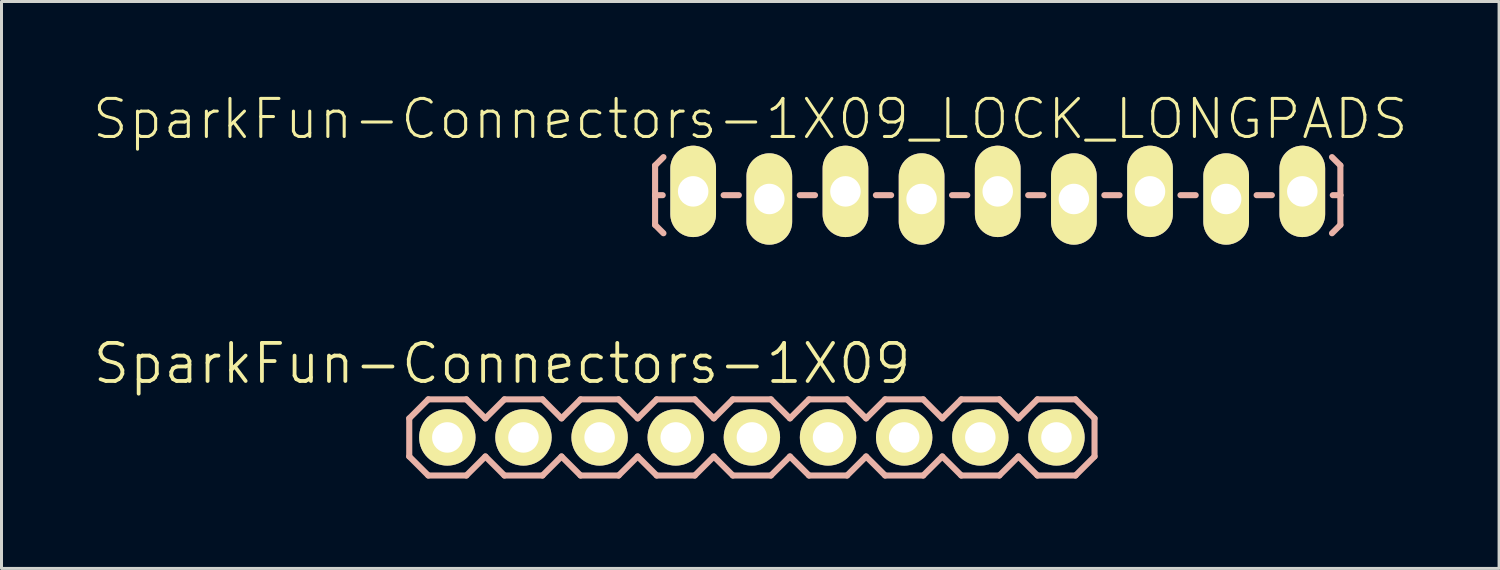
<source format=kicad_pcb>
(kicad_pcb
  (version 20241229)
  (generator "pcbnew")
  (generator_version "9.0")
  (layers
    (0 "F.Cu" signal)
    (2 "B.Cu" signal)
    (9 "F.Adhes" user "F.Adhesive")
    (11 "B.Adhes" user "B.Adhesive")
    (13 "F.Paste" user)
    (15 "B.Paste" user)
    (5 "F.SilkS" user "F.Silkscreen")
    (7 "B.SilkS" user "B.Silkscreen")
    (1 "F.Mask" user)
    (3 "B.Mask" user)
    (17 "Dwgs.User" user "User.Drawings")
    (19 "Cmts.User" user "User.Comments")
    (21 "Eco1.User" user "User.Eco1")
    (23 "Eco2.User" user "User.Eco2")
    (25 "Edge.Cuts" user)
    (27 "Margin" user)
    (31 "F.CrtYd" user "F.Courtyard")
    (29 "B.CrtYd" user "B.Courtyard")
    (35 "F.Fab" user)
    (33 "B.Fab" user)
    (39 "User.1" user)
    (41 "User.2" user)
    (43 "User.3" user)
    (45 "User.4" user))
  (footprint "SparkFun-Connectors-1X09_LOCK_LONGPADS"
    (layer "F.Cu")
    (at 20.073 3.461)
    (property "Reference" "SparkFun-Connectors-1X09_LOCK_LONGPADS" (at 1.905 -2.54 0) (layer "F.SilkS") (effects (font (size 1.27 1.27) (thickness 0.102))))
    (attr exclude_from_pos_files exclude_from_bom)
    (fp_line (start -0.292 -0.292) (end 0.292 -0.292) (stroke (width 0.066) (type solid)) (layer "F.SilkS"))
    (fp_line (start -0.292 0.292) (end -0.292 -0.292) (stroke (width 0.066) (type solid)) (layer "F.SilkS"))
    (fp_line (start -0.292 0.292) (end 0.292 0.292) (stroke (width 0.066) (type solid)) (layer "F.SilkS"))
    (fp_line (start 0.292 0.292) (end 0.292 -0.292) (stroke (width 0.066) (type solid)) (layer "F.SilkS"))
    (fp_line (start 2.248 -0.292) (end 2.832 -0.292) (stroke (width 0.066) (type solid)) (layer "F.SilkS"))
    (fp_line (start 2.248 0.292) (end 2.248 -0.292) (stroke (width 0.066) (type solid)) (layer "F.SilkS"))
    (fp_line (start 2.248 0.292) (end 2.832 0.292) (stroke (width 0.066) (type solid)) (layer "F.SilkS"))
    (fp_line (start 2.832 0.292) (end 2.832 -0.292) (stroke (width 0.066) (type solid)) (layer "F.SilkS"))
    (fp_line (start 4.788 -0.292) (end 5.372 -0.292) (stroke (width 0.066) (type solid)) (layer "F.SilkS"))
    (fp_line (start 4.788 0.292) (end 4.788 -0.292) (stroke (width 0.066) (type solid)) (layer "F.SilkS"))
    (fp_line (start 4.788 0.292) (end 5.372 0.292) (stroke (width 0.066) (type solid)) (layer "F.SilkS"))
    (fp_line (start 5.372 0.292) (end 5.372 -0.292) (stroke (width 0.066) (type solid)) (layer "F.SilkS"))
    (fp_line (start 7.328 -0.292) (end 7.912 -0.292) (stroke (width 0.066) (type solid)) (layer "F.SilkS"))
    (fp_line (start 7.328 0.292) (end 7.328 -0.292) (stroke (width 0.066) (type solid)) (layer "F.SilkS"))
    (fp_line (start 7.328 0.292) (end 7.912 0.292) (stroke (width 0.066) (type solid)) (layer "F.SilkS"))
    (fp_line (start 7.912 0.292) (end 7.912 -0.292) (stroke (width 0.066) (type solid)) (layer "F.SilkS"))
    (fp_line (start 9.868 -0.292) (end 10.452 -0.292) (stroke (width 0.066) (type solid)) (layer "F.SilkS"))
    (fp_line (start 9.868 0.292) (end 9.868 -0.292) (stroke (width 0.066) (type solid)) (layer "F.SilkS"))
    (fp_line (start 9.868 0.292) (end 10.452 0.292) (stroke (width 0.066) (type solid)) (layer "F.SilkS"))
    (fp_line (start 10.452 0.292) (end 10.452 -0.292) (stroke (width 0.066) (type solid)) (layer "F.SilkS"))
    (fp_line (start 12.408 -0.292) (end 12.992 -0.292) (stroke (width 0.066) (type solid)) (layer "F.SilkS"))
    (fp_line (start 12.408 0.292) (end 12.408 -0.292) (stroke (width 0.066) (type solid)) (layer "F.SilkS"))
    (fp_line (start 12.408 0.292) (end 12.992 0.292) (stroke (width 0.066) (type solid)) (layer "F.SilkS"))
    (fp_line (start 12.992 0.292) (end 12.992 -0.292) (stroke (width 0.066) (type solid)) (layer "F.SilkS"))
    (fp_line (start 14.948 -0.292) (end 15.532 -0.292) (stroke (width 0.066) (type solid)) (layer "F.SilkS"))
    (fp_line (start 14.948 0.292) (end 14.948 -0.292) (stroke (width 0.066) (type solid)) (layer "F.SilkS"))
    (fp_line (start 14.948 0.292) (end 15.532 0.292) (stroke (width 0.066) (type solid)) (layer "F.SilkS"))
    (fp_line (start 15.532 0.292) (end 15.532 -0.292) (stroke (width 0.066) (type solid)) (layer "F.SilkS"))
    (fp_line (start 17.488 -0.292) (end 18.072 -0.292) (stroke (width 0.066) (type solid)) (layer "F.SilkS"))
    (fp_line (start 17.488 0.292) (end 17.488 -0.292) (stroke (width 0.066) (type solid)) (layer "F.SilkS"))
    (fp_line (start 17.488 0.292) (end 18.072 0.292) (stroke (width 0.066) (type solid)) (layer "F.SilkS"))
    (fp_line (start 18.072 0.292) (end 18.072 -0.292) (stroke (width 0.066) (type solid)) (layer "F.SilkS"))
    (fp_line (start 20.028 -0.292) (end 20.612 -0.292) (stroke (width 0.066) (type solid)) (layer "F.SilkS"))
    (fp_line (start 20.028 0.292) (end 20.028 -0.292) (stroke (width 0.066) (type solid)) (layer "F.SilkS"))
    (fp_line (start 20.028 0.292) (end 20.612 0.292) (stroke (width 0.066) (type solid)) (layer "F.SilkS"))
    (fp_line (start 20.612 0.292) (end 20.612 -0.292) (stroke (width 0.066) (type solid)) (layer "F.SilkS"))
    (fp_line (start -1.27 -0.991) (end -0.991 -1.27) (stroke (width 0.203) (type solid)) (layer "B.SilkS"))
    (fp_line (start -1.27 0) (end -1.27 -0.991) (stroke (width 0.203) (type solid)) (layer "B.SilkS"))
    (fp_line (start -1.27 0) (end -1.27 0.991) (stroke (width 0.203) (type solid)) (layer "B.SilkS"))
    (fp_line (start -1.27 0) (end -1.016 0) (stroke (width 0.203) (type solid)) (layer "B.SilkS"))
    (fp_line (start -1.27 0.991) (end -0.991 1.27) (stroke (width 0.203) (type solid)) (layer "B.SilkS"))
    (fp_line (start 1.524 0) (end 1.016 0) (stroke (width 0.203) (type solid)) (layer "B.SilkS"))
    (fp_line (start 4.064 0) (end 3.556 0) (stroke (width 0.203) (type solid)) (layer "B.SilkS"))
    (fp_line (start 6.604 0) (end 6.096 0) (stroke (width 0.203) (type solid)) (layer "B.SilkS"))
    (fp_line (start 9.144 0) (end 8.636 0) (stroke (width 0.203) (type solid)) (layer "B.SilkS"))
    (fp_line (start 11.684 0) (end 11.176 0) (stroke (width 0.203) (type solid)) (layer "B.SilkS"))
    (fp_line (start 14.224 0) (end 13.716 0) (stroke (width 0.203) (type solid)) (layer "B.SilkS"))
    (fp_line (start 16.764 0) (end 16.256 0) (stroke (width 0.203) (type solid)) (layer "B.SilkS"))
    (fp_line (start 19.304 0) (end 18.796 0) (stroke (width 0.203) (type solid)) (layer "B.SilkS"))
    (fp_line (start 21.59 -0.991) (end 21.311 -1.27) (stroke (width 0.203) (type solid)) (layer "B.SilkS"))
    (fp_line (start 21.59 0) (end 21.336 0) (stroke (width 0.203) (type solid)) (layer "B.SilkS"))
    (fp_line (start 21.59 0) (end 21.59 -0.991) (stroke (width 0.203) (type solid)) (layer "B.SilkS"))
    (fp_line (start 21.59 0) (end 21.59 0.991) (stroke (width 0.203) (type solid)) (layer "B.SilkS"))
    (fp_line (start 21.59 0.991) (end 21.311 1.27) (stroke (width 0.203) (type solid)) (layer "B.SilkS"))
    (pad "1" thru_hole oval (at 0 -0.127 180) (size 1.524 3.048) (drill 1.016) (layers "*.Cu" "F.Mask" "F.SilkS" "F.Paste"))
    (pad "2" thru_hole oval (at 2.54 0.127 180) (size 1.524 3.048) (drill 1.016) (layers "*.Cu" "F.Mask" "F.SilkS" "F.Paste"))
    (pad "3" thru_hole oval (at 5.08 -0.127 180) (size 1.524 3.048) (drill 1.016) (layers "*.Cu" "F.Mask" "F.SilkS" "F.Paste"))
    (pad "4" thru_hole oval (at 7.62 0.127 180) (size 1.524 3.048) (drill 1.016) (layers "*.Cu" "F.Mask" "F.SilkS" "F.Paste"))
    (pad "5" thru_hole oval (at 10.16 -0.127 180) (size 1.524 3.048) (drill 1.016) (layers "*.Cu" "F.Mask" "F.SilkS" "F.Paste"))
    (pad "6" thru_hole oval (at 12.7 0.127 180) (size 1.524 3.048) (drill 1.016) (layers "*.Cu" "F.Mask" "F.SilkS" "F.Paste"))
    (pad "7" thru_hole oval (at 15.24 -0.127 180) (size 1.524 3.048) (drill 1.016) (layers "*.Cu" "F.Mask" "F.SilkS" "F.Paste"))
    (pad "8" thru_hole oval (at 17.78 0.127 180) (size 1.524 3.048) (drill 1.016) (layers "*.Cu" "F.Mask" "F.SilkS" "F.Paste"))
    (pad "9" thru_hole oval (at 20.32 -0.127 180) (size 1.524 3.048) (drill 1.016) (layers "*.Cu" "F.Mask" "F.SilkS" "F.Paste")))
  (footprint "SparkFun-Connectors-1X09"
    (layer "F.Cu")
    (at 11.872 11.542)
    (property "Reference" "SparkFun-Connectors-1X09" (at 1.829 -2.464 0) (layer "F.SilkS") (effects (font (size 1.27 1.27) (thickness 0.127))))
    (attr exclude_from_pos_files exclude_from_bom)
    (fp_line (start -0.254 -0.254) (end 0.254 -0.254) (stroke (width 0.066) (type solid)) (layer "F.SilkS"))
    (fp_line (start -0.254 0.254) (end -0.254 -0.254) (stroke (width 0.066) (type solid)) (layer "F.SilkS"))
    (fp_line (start -0.254 0.254) (end 0.254 0.254) (stroke (width 0.066) (type solid)) (layer "F.SilkS"))
    (fp_line (start 0.254 0.254) (end 0.254 -0.254) (stroke (width 0.066) (type solid)) (layer "F.SilkS"))
    (fp_line (start 2.286 -0.254) (end 2.794 -0.254) (stroke (width 0.066) (type solid)) (layer "F.SilkS"))
    (fp_line (start 2.286 0.254) (end 2.286 -0.254) (stroke (width 0.066) (type solid)) (layer "F.SilkS"))
    (fp_line (start 2.286 0.254) (end 2.794 0.254) (stroke (width 0.066) (type solid)) (layer "F.SilkS"))
    (fp_line (start 2.794 0.254) (end 2.794 -0.254) (stroke (width 0.066) (type solid)) (layer "F.SilkS"))
    (fp_line (start 4.826 -0.254) (end 5.334 -0.254) (stroke (width 0.066) (type solid)) (layer "F.SilkS"))
    (fp_line (start 4.826 0.254) (end 4.826 -0.254) (stroke (width 0.066) (type solid)) (layer "F.SilkS"))
    (fp_line (start 4.826 0.254) (end 5.334 0.254) (stroke (width 0.066) (type solid)) (layer "F.SilkS"))
    (fp_line (start 5.334 0.254) (end 5.334 -0.254) (stroke (width 0.066) (type solid)) (layer "F.SilkS"))
    (fp_line (start 7.366 -0.254) (end 7.874 -0.254) (stroke (width 0.066) (type solid)) (layer "F.SilkS"))
    (fp_line (start 7.366 0.254) (end 7.366 -0.254) (stroke (width 0.066) (type solid)) (layer "F.SilkS"))
    (fp_line (start 7.366 0.254) (end 7.874 0.254) (stroke (width 0.066) (type solid)) (layer "F.SilkS"))
    (fp_line (start 7.874 0.254) (end 7.874 -0.254) (stroke (width 0.066) (type solid)) (layer "F.SilkS"))
    (fp_line (start 9.906 -0.254) (end 10.414 -0.254) (stroke (width 0.066) (type solid)) (layer "F.SilkS"))
    (fp_line (start 9.906 0.254) (end 9.906 -0.254) (stroke (width 0.066) (type solid)) (layer "F.SilkS"))
    (fp_line (start 9.906 0.254) (end 10.414 0.254) (stroke (width 0.066) (type solid)) (layer "F.SilkS"))
    (fp_line (start 10.414 0.254) (end 10.414 -0.254) (stroke (width 0.066) (type solid)) (layer "F.SilkS"))
    (fp_line (start 12.446 -0.254) (end 12.954 -0.254) (stroke (width 0.066) (type solid)) (layer "F.SilkS"))
    (fp_line (start 12.446 0.254) (end 12.446 -0.254) (stroke (width 0.066) (type solid)) (layer "F.SilkS"))
    (fp_line (start 12.446 0.254) (end 12.954 0.254) (stroke (width 0.066) (type solid)) (layer "F.SilkS"))
    (fp_line (start 12.954 0.254) (end 12.954 -0.254) (stroke (width 0.066) (type solid)) (layer "F.SilkS"))
    (fp_line (start 14.986 -0.254) (end 15.494 -0.254) (stroke (width 0.066) (type solid)) (layer "F.SilkS"))
    (fp_line (start 14.986 0.254) (end 14.986 -0.254) (stroke (width 0.066) (type solid)) (layer "F.SilkS"))
    (fp_line (start 14.986 0.254) (end 15.494 0.254) (stroke (width 0.066) (type solid)) (layer "F.SilkS"))
    (fp_line (start 15.494 0.254) (end 15.494 -0.254) (stroke (width 0.066) (type solid)) (layer "F.SilkS"))
    (fp_line (start 17.523 -0.254) (end 18.034 -0.254) (stroke (width 0.066) (type solid)) (layer "F.SilkS"))
    (fp_line (start 17.523 0.254) (end 17.523 -0.254) (stroke (width 0.066) (type solid)) (layer "F.SilkS"))
    (fp_line (start 17.523 0.254) (end 18.034 0.254) (stroke (width 0.066) (type solid)) (layer "F.SilkS"))
    (fp_line (start 18.034 0.254) (end 18.034 -0.254) (stroke (width 0.066) (type solid)) (layer "F.SilkS"))
    (fp_line (start 20.066 -0.254) (end 20.574 -0.254) (stroke (width 0.066) (type solid)) (layer "F.SilkS"))
    (fp_line (start 20.066 0.254) (end 20.066 -0.254) (stroke (width 0.066) (type solid)) (layer "F.SilkS"))
    (fp_line (start 20.066 0.254) (end 20.574 0.254) (stroke (width 0.066) (type solid)) (layer "F.SilkS"))
    (fp_line (start 20.574 0.254) (end 20.574 -0.254) (stroke (width 0.066) (type solid)) (layer "F.SilkS"))
    (fp_line (start -1.27 -0.635) (end -1.27 0.635) (stroke (width 0.203) (type solid)) (layer "B.SilkS"))
    (fp_line (start -1.27 0.635) (end -0.635 1.27) (stroke (width 0.203) (type solid)) (layer "B.SilkS"))
    (fp_line (start -0.635 -1.27) (end -1.27 -0.635) (stroke (width 0.203) (type solid)) (layer "B.SilkS"))
    (fp_line (start -0.635 -1.27) (end 0.635 -1.27) (stroke (width 0.203) (type solid)) (layer "B.SilkS"))
    (fp_line (start 0.635 -1.27) (end 1.27 -0.635) (stroke (width 0.203) (type solid)) (layer "B.SilkS"))
    (fp_line (start 0.635 1.27) (end -0.635 1.27) (stroke (width 0.203) (type solid)) (layer "B.SilkS"))
    (fp_line (start 1.27 -0.635) (end 1.905 -1.27) (stroke (width 0.203) (type solid)) (layer "B.SilkS"))
    (fp_line (start 1.27 0.635) (end 0.635 1.27) (stroke (width 0.203) (type solid)) (layer "B.SilkS"))
    (fp_line (start 1.905 -1.27) (end 3.175 -1.27) (stroke (width 0.203) (type solid)) (layer "B.SilkS"))
    (fp_line (start 1.905 1.27) (end 1.27 0.635) (stroke (width 0.203) (type solid)) (layer "B.SilkS"))
    (fp_line (start 3.175 -1.27) (end 3.81 -0.635) (stroke (width 0.203) (type solid)) (layer "B.SilkS"))
    (fp_line (start 3.175 1.27) (end 1.905 1.27) (stroke (width 0.203) (type solid)) (layer "B.SilkS"))
    (fp_line (start 3.81 -0.635) (end 4.445 -1.27) (stroke (width 0.203) (type solid)) (layer "B.SilkS"))
    (fp_line (start 3.81 0.635) (end 3.175 1.27) (stroke (width 0.203) (type solid)) (layer "B.SilkS"))
    (fp_line (start 4.445 -1.27) (end 5.715 -1.27) (stroke (width 0.203) (type solid)) (layer "B.SilkS"))
    (fp_line (start 4.445 1.27) (end 3.81 0.635) (stroke (width 0.203) (type solid)) (layer "B.SilkS"))
    (fp_line (start 5.715 -1.27) (end 6.35 -0.635) (stroke (width 0.203) (type solid)) (layer "B.SilkS"))
    (fp_line (start 5.715 1.27) (end 4.445 1.27) (stroke (width 0.203) (type solid)) (layer "B.SilkS"))
    (fp_line (start 6.35 0.635) (end 5.715 1.27) (stroke (width 0.203) (type solid)) (layer "B.SilkS"))
    (fp_line (start 6.35 0.635) (end 6.985 1.27) (stroke (width 0.203) (type solid)) (layer "B.SilkS"))
    (fp_line (start 6.985 -1.27) (end 6.35 -0.635) (stroke (width 0.203) (type solid)) (layer "B.SilkS"))
    (fp_line (start 6.985 -1.27) (end 8.255 -1.27) (stroke (width 0.203) (type solid)) (layer "B.SilkS"))
    (fp_line (start 8.255 -1.27) (end 8.89 -0.635) (stroke (width 0.203) (type solid)) (layer "B.SilkS"))
    (fp_line (start 8.255 1.27) (end 6.985 1.27) (stroke (width 0.203) (type solid)) (layer "B.SilkS"))
    (fp_line (start 8.89 -0.635) (end 9.525 -1.27) (stroke (width 0.203) (type solid)) (layer "B.SilkS"))
    (fp_line (start 8.89 0.635) (end 8.255 1.27) (stroke (width 0.203) (type solid)) (layer "B.SilkS"))
    (fp_line (start 9.525 -1.27) (end 10.795 -1.27) (stroke (width 0.203) (type solid)) (layer "B.SilkS"))
    (fp_line (start 9.525 1.27) (end 8.89 0.635) (stroke (width 0.203) (type solid)) (layer "B.SilkS"))
    (fp_line (start 10.795 -1.27) (end 11.43 -0.635) (stroke (width 0.203) (type solid)) (layer "B.SilkS"))
    (fp_line (start 10.795 1.27) (end 9.525 1.27) (stroke (width 0.203) (type solid)) (layer "B.SilkS"))
    (fp_line (start 11.43 -0.635) (end 12.065 -1.27) (stroke (width 0.203) (type solid)) (layer "B.SilkS"))
    (fp_line (start 11.43 0.635) (end 10.795 1.27) (stroke (width 0.203) (type solid)) (layer "B.SilkS"))
    (fp_line (start 12.065 -1.27) (end 13.335 -1.27) (stroke (width 0.203) (type solid)) (layer "B.SilkS"))
    (fp_line (start 12.065 1.27) (end 11.43 0.635) (stroke (width 0.203) (type solid)) (layer "B.SilkS"))
    (fp_line (start 13.335 -1.27) (end 13.97 -0.635) (stroke (width 0.203) (type solid)) (layer "B.SilkS"))
    (fp_line (start 13.335 1.27) (end 12.065 1.27) (stroke (width 0.203) (type solid)) (layer "B.SilkS"))
    (fp_line (start 13.97 0.635) (end 13.335 1.27) (stroke (width 0.203) (type solid)) (layer "B.SilkS"))
    (fp_line (start 13.97 0.635) (end 14.605 1.27) (stroke (width 0.203) (type solid)) (layer "B.SilkS"))
    (fp_line (start 14.605 -1.27) (end 13.97 -0.635) (stroke (width 0.203) (type solid)) (layer "B.SilkS"))
    (fp_line (start 14.605 -1.27) (end 15.875 -1.27) (stroke (width 0.203) (type solid)) (layer "B.SilkS"))
    (fp_line (start 15.875 -1.27) (end 16.51 -0.635) (stroke (width 0.203) (type solid)) (layer "B.SilkS"))
    (fp_line (start 15.875 1.27) (end 14.605 1.27) (stroke (width 0.203) (type solid)) (layer "B.SilkS"))
    (fp_line (start 16.51 0.635) (end 15.875 1.27) (stroke (width 0.203) (type solid)) (layer "B.SilkS"))
    (fp_line (start 16.51 0.635) (end 17.145 1.27) (stroke (width 0.203) (type solid)) (layer "B.SilkS"))
    (fp_line (start 17.145 -1.27) (end 16.51 -0.635) (stroke (width 0.203) (type solid)) (layer "B.SilkS"))
    (fp_line (start 17.145 -1.27) (end 18.415 -1.27) (stroke (width 0.203) (type solid)) (layer "B.SilkS"))
    (fp_line (start 18.415 -1.27) (end 19.05 -0.635) (stroke (width 0.203) (type solid)) (layer "B.SilkS"))
    (fp_line (start 18.415 1.27) (end 17.145 1.27) (stroke (width 0.203) (type solid)) (layer "B.SilkS"))
    (fp_line (start 19.05 0.635) (end 18.415 1.27) (stroke (width 0.203) (type solid)) (layer "B.SilkS"))
    (fp_line (start 19.05 0.635) (end 19.685 1.27) (stroke (width 0.203) (type solid)) (layer "B.SilkS"))
    (fp_line (start 19.685 -1.27) (end 19.05 -0.635) (stroke (width 0.203) (type solid)) (layer "B.SilkS"))
    (fp_line (start 19.685 -1.27) (end 20.955 -1.27) (stroke (width 0.203) (type solid)) (layer "B.SilkS"))
    (fp_line (start 20.955 -1.27) (end 21.59 -0.635) (stroke (width 0.203) (type solid)) (layer "B.SilkS"))
    (fp_line (start 20.955 1.27) (end 19.685 1.27) (stroke (width 0.203) (type solid)) (layer "B.SilkS"))
    (fp_line (start 21.59 -0.635) (end 21.59 0.635) (stroke (width 0.203) (type solid)) (layer "B.SilkS"))
    (fp_line (start 21.59 0.635) (end 20.955 1.27) (stroke (width 0.203) (type solid)) (layer "B.SilkS"))
    (pad "1" thru_hole circle (at 0 0) (size 1.88 1.88) (drill 1.016) (layers "*.Cu" "F.Mask" "F.SilkS" "F.Paste"))
    (pad "2" thru_hole circle (at 2.54 0) (size 1.88 1.88) (drill 1.016) (layers "*.Cu" "F.Mask" "F.SilkS" "F.Paste"))
    (pad "3" thru_hole circle (at 5.08 0) (size 1.88 1.88) (drill 1.016) (layers "*.Cu" "F.Mask" "F.SilkS" "F.Paste"))
    (pad "4" thru_hole circle (at 7.62 0) (size 1.88 1.88) (drill 1.016) (layers "*.Cu" "F.Mask" "F.SilkS" "F.Paste"))
    (pad "5" thru_hole circle (at 10.16 0) (size 1.88 1.88) (drill 1.016) (layers "*.Cu" "F.Mask" "F.SilkS" "F.Paste"))
    (pad "6" thru_hole circle (at 12.7 0) (size 1.88 1.88) (drill 1.016) (layers "*.Cu" "F.Mask" "F.SilkS" "F.Paste"))
    (pad "7" thru_hole circle (at 15.24 0) (size 1.88 1.88) (drill 1.016) (layers "*.Cu" "F.Mask" "F.SilkS" "F.Paste"))
    (pad "8" thru_hole circle (at 17.78 0) (size 1.88 1.88) (drill 1.016) (layers "*.Cu" "F.Mask" "F.SilkS" "F.Paste"))
    (pad "9" thru_hole circle (at 20.32 0) (size 1.88 1.88) (drill 1.016) (layers "*.Cu" "F.Mask" "F.SilkS" "F.Paste")))
  (gr_rect
    (start -3 -3)
    (end 46.957 15.913)
    (stroke (width 0.1) (type default))
    (fill no)
    (layer "Edge.Cuts")))
</source>
